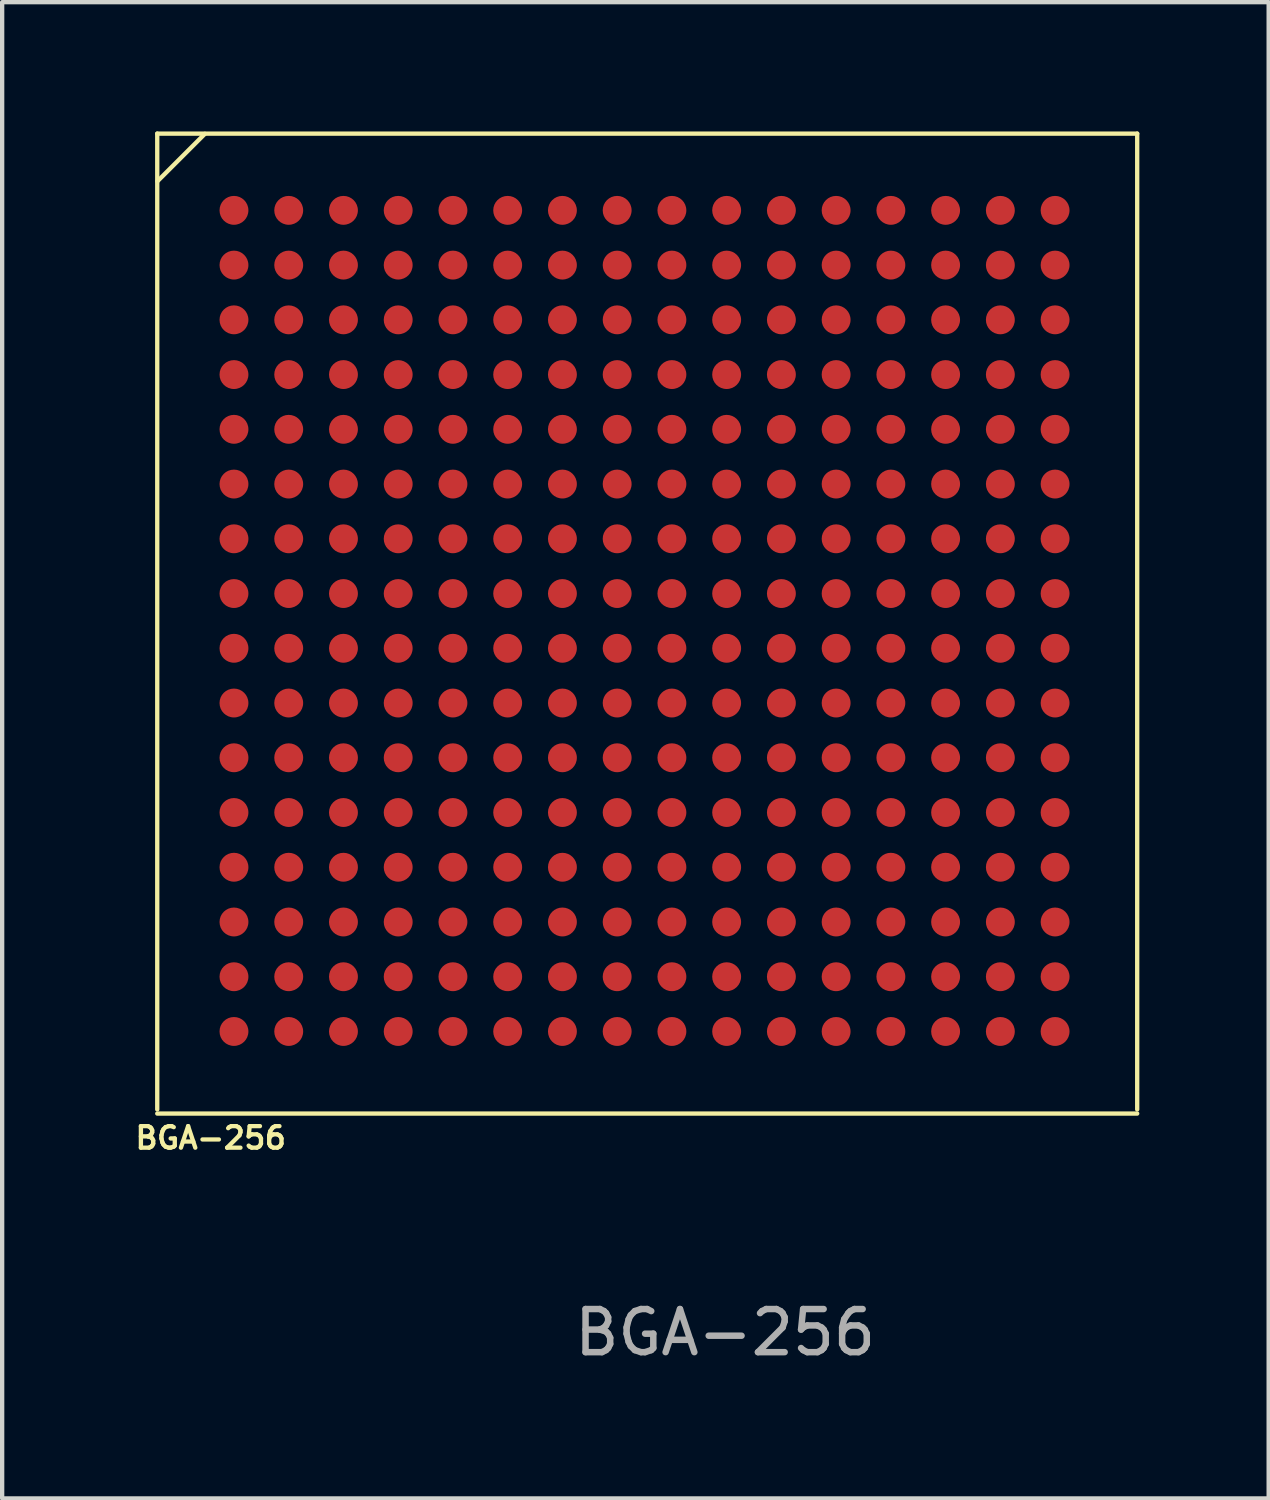
<source format=kicad_pcb>
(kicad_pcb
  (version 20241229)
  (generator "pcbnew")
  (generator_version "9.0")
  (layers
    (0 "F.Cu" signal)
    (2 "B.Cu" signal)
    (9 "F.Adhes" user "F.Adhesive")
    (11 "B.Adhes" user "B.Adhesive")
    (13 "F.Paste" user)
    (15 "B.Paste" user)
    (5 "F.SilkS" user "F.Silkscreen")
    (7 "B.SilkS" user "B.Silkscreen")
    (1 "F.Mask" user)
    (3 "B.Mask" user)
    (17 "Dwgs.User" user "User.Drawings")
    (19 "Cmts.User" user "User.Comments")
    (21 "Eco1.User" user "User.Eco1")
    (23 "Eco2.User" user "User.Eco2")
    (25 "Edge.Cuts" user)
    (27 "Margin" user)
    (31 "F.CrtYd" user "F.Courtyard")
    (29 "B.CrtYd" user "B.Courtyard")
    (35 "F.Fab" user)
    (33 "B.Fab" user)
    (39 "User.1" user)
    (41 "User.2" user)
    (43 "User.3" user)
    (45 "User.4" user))
  (footprint "BGA-256"
    (layer "F.Cu")
    (at 12.503 11.355)
    (property "Reference" "BGA-256" (at -10.665 11.995 0) (unlocked yes) (layer "F.SilkS") (effects (font (size 0.5 0.5) (thickness 0.1))))
    (attr smd)
    (fp_line (start -11.905 -11.305) (end 10.83 -11.305) (stroke (width 0.1) (type default)) (layer "F.SilkS"))
    (fp_line (start -11.905 11.335) (end -11.905 -11.305) (stroke (width 0.1) (type default)) (layer "F.SilkS"))
    (fp_line (start -11.905 11.43) (end 10.83 11.43) (stroke (width 0.1) (type default)) (layer "F.SilkS"))
    (fp_line (start -11.9 -10.2) (end -10.8 -11.3) (stroke (width 0.1) (type default)) (layer "F.SilkS"))
    (fp_line (start 10.83 11.335) (end 10.83 -11.305) (stroke (width 0.1) (type default)) (layer "F.SilkS"))
    (fp_text user "${REFERENCE}" (at 1.27 16.51 0) (unlocked yes) (layer "F.Fab") (effects (font (size 1 1) (thickness 0.15))))
    (pad "A1" smd circle (at 8.925 -9.525) (size 0.67 0.67) (layers "F.Cu" "F.Mask" "F.Paste"))
    (pad "A2" smd circle (at 8.925 -8.255) (size 0.67 0.67) (layers "F.Cu" "F.Mask" "F.Paste"))
    (pad "A3" smd circle (at 8.925 -6.985) (size 0.67 0.67) (layers "F.Cu" "F.Mask" "F.Paste"))
    (pad "A4" smd circle (at 8.925 -5.715) (size 0.67 0.67) (layers "F.Cu" "F.Mask" "F.Paste"))
    (pad "A5" smd circle (at 8.925 -4.445) (size 0.67 0.67) (layers "F.Cu" "F.Mask" "F.Paste"))
    (pad "A6" smd circle (at 8.925 -3.175) (size 0.67 0.67) (layers "F.Cu" "F.Mask" "F.Paste"))
    (pad "A7" smd circle (at 8.925 -1.905) (size 0.67 0.67) (layers "F.Cu" "F.Mask" "F.Paste"))
    (pad "A8" smd circle (at 8.925 -0.635) (size 0.67 0.67) (layers "F.Cu" "F.Mask" "F.Paste"))
    (pad "A9" smd circle (at 8.925 0.635) (size 0.67 0.67) (layers "F.Cu" "F.Mask" "F.Paste"))
    (pad "A10" smd circle (at 8.925 1.905) (size 0.67 0.67) (layers "F.Cu" "F.Mask" "F.Paste"))
    (pad "A11" smd circle (at 8.925 3.175) (size 0.67 0.67) (layers "F.Cu" "F.Mask" "F.Paste"))
    (pad "A12" smd circle (at 8.925 4.445) (size 0.67 0.67) (layers "F.Cu" "F.Mask" "F.Paste"))
    (pad "A13" smd circle (at 8.925 5.715) (size 0.67 0.67) (layers "F.Cu" "F.Mask" "F.Paste"))
    (pad "A14" smd circle (at 8.925 6.985) (size 0.67 0.67) (layers "F.Cu" "F.Mask" "F.Paste"))
    (pad "A15" smd circle (at 8.925 8.255) (size 0.67 0.67) (layers "F.Cu" "F.Mask" "F.Paste"))
    (pad "A16" smd circle (at 8.925 9.525) (size 0.67 0.67) (layers "F.Cu" "F.Mask" "F.Paste"))
    (pad "B1" smd circle (at 7.655 -9.525) (size 0.67 0.67) (layers "F.Cu" "F.Mask" "F.Paste"))
    (pad "B2" smd circle (at 7.655 -8.255) (size 0.67 0.67) (layers "F.Cu" "F.Mask" "F.Paste"))
    (pad "B3" smd circle (at 7.655 -6.985) (size 0.67 0.67) (layers "F.Cu" "F.Mask" "F.Paste"))
    (pad "B4" smd circle (at 7.655 -5.715) (size 0.67 0.67) (layers "F.Cu" "F.Mask" "F.Paste"))
    (pad "B5" smd circle (at 7.655 -4.445) (size 0.67 0.67) (layers "F.Cu" "F.Mask" "F.Paste"))
    (pad "B6" smd circle (at 7.655 -3.175) (size 0.67 0.67) (layers "F.Cu" "F.Mask" "F.Paste"))
    (pad "B7" smd circle (at 7.655 -1.905) (size 0.67 0.67) (layers "F.Cu" "F.Mask" "F.Paste"))
    (pad "B8" smd circle (at 7.655 -0.635) (size 0.67 0.67) (layers "F.Cu" "F.Mask" "F.Paste"))
    (pad "B9" smd circle (at 7.655 0.635) (size 0.67 0.67) (layers "F.Cu" "F.Mask" "F.Paste"))
    (pad "B10" smd circle (at 7.655 1.905) (size 0.67 0.67) (layers "F.Cu" "F.Mask" "F.Paste"))
    (pad "B11" smd circle (at 7.655 3.175) (size 0.67 0.67) (layers "F.Cu" "F.Mask" "F.Paste"))
    (pad "B12" smd circle (at 7.655 4.445) (size 0.67 0.67) (layers "F.Cu" "F.Mask" "F.Paste"))
    (pad "B13" smd circle (at 7.655 5.715) (size 0.67 0.67) (layers "F.Cu" "F.Mask" "F.Paste"))
    (pad "B14" smd circle (at 7.655 6.985) (size 0.67 0.67) (layers "F.Cu" "F.Mask" "F.Paste"))
    (pad "B15" smd circle (at 7.655 8.255) (size 0.67 0.67) (layers "F.Cu" "F.Mask" "F.Paste"))
    (pad "B16" smd circle (at 7.655 9.525) (size 0.67 0.67) (layers "F.Cu" "F.Mask" "F.Paste"))
    (pad "C1" smd circle (at 6.385 -9.525) (size 0.67 0.67) (layers "F.Cu" "F.Mask" "F.Paste"))
    (pad "C2" smd circle (at 6.385 -8.255) (size 0.67 0.67) (layers "F.Cu" "F.Mask" "F.Paste"))
    (pad "C3" smd circle (at 6.385 -6.985) (size 0.67 0.67) (layers "F.Cu" "F.Mask" "F.Paste"))
    (pad "C4" smd circle (at 6.385 -5.715) (size 0.67 0.67) (layers "F.Cu" "F.Mask" "F.Paste"))
    (pad "C5" smd circle (at 6.385 -4.445) (size 0.67 0.67) (layers "F.Cu" "F.Mask" "F.Paste"))
    (pad "C6" smd circle (at 6.385 -3.175) (size 0.67 0.67) (layers "F.Cu" "F.Mask" "F.Paste"))
    (pad "C7" smd circle (at 6.385 -1.905) (size 0.67 0.67) (layers "F.Cu" "F.Mask" "F.Paste"))
    (pad "C8" smd circle (at 6.385 -0.635) (size 0.67 0.67) (layers "F.Cu" "F.Mask" "F.Paste"))
    (pad "C9" smd circle (at 6.385 0.635) (size 0.67 0.67) (layers "F.Cu" "F.Mask" "F.Paste"))
    (pad "C10" smd circle (at 6.385 1.905) (size 0.67 0.67) (layers "F.Cu" "F.Mask" "F.Paste"))
    (pad "C11" smd circle (at 6.385 3.175) (size 0.67 0.67) (layers "F.Cu" "F.Mask" "F.Paste"))
    (pad "C12" smd circle (at 6.385 4.445) (size 0.67 0.67) (layers "F.Cu" "F.Mask" "F.Paste"))
    (pad "C13" smd circle (at 6.385 5.715) (size 0.67 0.67) (layers "F.Cu" "F.Mask" "F.Paste"))
    (pad "C14" smd circle (at 6.385 6.985) (size 0.67 0.67) (layers "F.Cu" "F.Mask" "F.Paste"))
    (pad "C15" smd circle (at 6.385 8.255) (size 0.67 0.67) (layers "F.Cu" "F.Mask" "F.Paste"))
    (pad "C16" smd circle (at 6.385 9.525) (size 0.67 0.67) (layers "F.Cu" "F.Mask" "F.Paste"))
    (pad "D1" smd circle (at 5.115 -9.525) (size 0.67 0.67) (layers "F.Cu" "F.Mask" "F.Paste"))
    (pad "D2" smd circle (at 5.115 -8.255) (size 0.67 0.67) (layers "F.Cu" "F.Mask" "F.Paste"))
    (pad "D3" smd circle (at 5.115 -6.985) (size 0.67 0.67) (layers "F.Cu" "F.Mask" "F.Paste"))
    (pad "D4" smd circle (at 5.115 -5.715) (size 0.67 0.67) (layers "F.Cu" "F.Mask" "F.Paste"))
    (pad "D5" smd circle (at 5.115 -4.445) (size 0.67 0.67) (layers "F.Cu" "F.Mask" "F.Paste"))
    (pad "D6" smd circle (at 5.115 -3.175) (size 0.67 0.67) (layers "F.Cu" "F.Mask" "F.Paste"))
    (pad "D7" smd circle (at 5.115 -1.905) (size 0.67 0.67) (layers "F.Cu" "F.Mask" "F.Paste"))
    (pad "D8" smd circle (at 5.115 -0.635) (size 0.67 0.67) (layers "F.Cu" "F.Mask" "F.Paste"))
    (pad "D9" smd circle (at 5.115 0.635) (size 0.67 0.67) (layers "F.Cu" "F.Mask" "F.Paste"))
    (pad "D10" smd circle (at 5.115 1.905) (size 0.67 0.67) (layers "F.Cu" "F.Mask" "F.Paste"))
    (pad "D11" smd circle (at 5.115 3.175) (size 0.67 0.67) (layers "F.Cu" "F.Mask" "F.Paste"))
    (pad "D12" smd circle (at 5.115 4.445) (size 0.67 0.67) (layers "F.Cu" "F.Mask" "F.Paste"))
    (pad "D13" smd circle (at 5.115 5.715) (size 0.67 0.67) (layers "F.Cu" "F.Mask" "F.Paste"))
    (pad "D14" smd circle (at 5.115 6.985) (size 0.67 0.67) (layers "F.Cu" "F.Mask" "F.Paste"))
    (pad "D15" smd circle (at 5.115 8.255) (size 0.67 0.67) (layers "F.Cu" "F.Mask" "F.Paste"))
    (pad "D16" smd circle (at 5.115 9.525) (size 0.67 0.67) (layers "F.Cu" "F.Mask" "F.Paste"))
    (pad "E1" smd circle (at 3.845 -9.525) (size 0.67 0.67) (layers "F.Cu" "F.Mask" "F.Paste"))
    (pad "E2" smd circle (at 3.845 -8.255) (size 0.67 0.67) (layers "F.Cu" "F.Mask" "F.Paste"))
    (pad "E3" smd circle (at 3.845 -6.985) (size 0.67 0.67) (layers "F.Cu" "F.Mask" "F.Paste"))
    (pad "E4" smd circle (at 3.845 -5.715) (size 0.67 0.67) (layers "F.Cu" "F.Mask" "F.Paste"))
    (pad "E5" smd circle (at 3.845 -4.445) (size 0.67 0.67) (layers "F.Cu" "F.Mask" "F.Paste"))
    (pad "E6" smd circle (at 3.845 -3.175) (size 0.67 0.67) (layers "F.Cu" "F.Mask" "F.Paste"))
    (pad "E7" smd circle (at 3.845 -1.905) (size 0.67 0.67) (layers "F.Cu" "F.Mask" "F.Paste"))
    (pad "E8" smd circle (at 3.845 -0.635) (size 0.67 0.67) (layers "F.Cu" "F.Mask" "F.Paste"))
    (pad "E9" smd circle (at 3.845 0.635) (size 0.67 0.67) (layers "F.Cu" "F.Mask" "F.Paste"))
    (pad "E10" smd circle (at 3.845 1.905) (size 0.67 0.67) (layers "F.Cu" "F.Mask" "F.Paste"))
    (pad "E11" smd circle (at 3.845 3.175) (size 0.67 0.67) (layers "F.Cu" "F.Mask" "F.Paste"))
    (pad "E12" smd circle (at 3.845 4.445) (size 0.67 0.67) (layers "F.Cu" "F.Mask" "F.Paste"))
    (pad "E13" smd circle (at 3.845 5.715) (size 0.67 0.67) (layers "F.Cu" "F.Mask" "F.Paste"))
    (pad "E14" smd circle (at 3.845 6.985) (size 0.67 0.67) (layers "F.Cu" "F.Mask" "F.Paste"))
    (pad "E15" smd circle (at 3.845 8.255) (size 0.67 0.67) (layers "F.Cu" "F.Mask" "F.Paste"))
    (pad "E16" smd circle (at 3.845 9.525) (size 0.67 0.67) (layers "F.Cu" "F.Mask" "F.Paste"))
    (pad "F1" smd circle (at 2.575 -9.525) (size 0.67 0.67) (layers "F.Cu" "F.Mask" "F.Paste"))
    (pad "F2" smd circle (at 2.575 -8.255) (size 0.67 0.67) (layers "F.Cu" "F.Mask" "F.Paste"))
    (pad "F3" smd circle (at 2.575 -6.985) (size 0.67 0.67) (layers "F.Cu" "F.Mask" "F.Paste"))
    (pad "F4" smd circle (at 2.575 -5.715) (size 0.67 0.67) (layers "F.Cu" "F.Mask" "F.Paste"))
    (pad "F5" smd circle (at 2.575 -4.445) (size 0.67 0.67) (layers "F.Cu" "F.Mask" "F.Paste"))
    (pad "F6" smd circle (at 2.575 -3.175) (size 0.67 0.67) (layers "F.Cu" "F.Mask" "F.Paste"))
    (pad "F7" smd circle (at 2.575 -1.905) (size 0.67 0.67) (layers "F.Cu" "F.Mask" "F.Paste"))
    (pad "F8" smd circle (at 2.575 -0.635) (size 0.67 0.67) (layers "F.Cu" "F.Mask" "F.Paste"))
    (pad "F9" smd circle (at 2.575 0.635) (size 0.67 0.67) (layers "F.Cu" "F.Mask" "F.Paste"))
    (pad "F10" smd circle (at 2.575 1.905) (size 0.67 0.67) (layers "F.Cu" "F.Mask" "F.Paste"))
    (pad "F11" smd circle (at 2.575 3.175) (size 0.67 0.67) (layers "F.Cu" "F.Mask" "F.Paste"))
    (pad "F12" smd circle (at 2.575 4.445) (size 0.67 0.67) (layers "F.Cu" "F.Mask" "F.Paste"))
    (pad "F13" smd circle (at 2.575 5.715) (size 0.67 0.67) (layers "F.Cu" "F.Mask" "F.Paste"))
    (pad "F14" smd circle (at 2.575 6.985) (size 0.67 0.67) (layers "F.Cu" "F.Mask" "F.Paste"))
    (pad "F15" smd circle (at 2.575 8.255) (size 0.67 0.67) (layers "F.Cu" "F.Mask" "F.Paste"))
    (pad "F16" smd circle (at 2.575 9.525) (size 0.67 0.67) (layers "F.Cu" "F.Mask" "F.Paste"))
    (pad "G1" smd circle (at 1.305 -9.525) (size 0.67 0.67) (layers "F.Cu" "F.Mask" "F.Paste"))
    (pad "G2" smd circle (at 1.305 -8.255) (size 0.67 0.67) (layers "F.Cu" "F.Mask" "F.Paste"))
    (pad "G3" smd circle (at 1.305 -6.985) (size 0.67 0.67) (layers "F.Cu" "F.Mask" "F.Paste"))
    (pad "G4" smd circle (at 1.305 -5.715) (size 0.67 0.67) (layers "F.Cu" "F.Mask" "F.Paste"))
    (pad "G5" smd circle (at 1.305 -4.445) (size 0.67 0.67) (layers "F.Cu" "F.Mask" "F.Paste"))
    (pad "G6" smd circle (at 1.305 -3.175) (size 0.67 0.67) (layers "F.Cu" "F.Mask" "F.Paste"))
    (pad "G7" smd circle (at 1.305 -1.905) (size 0.67 0.67) (layers "F.Cu" "F.Mask" "F.Paste"))
    (pad "G8" smd circle (at 1.305 -0.635) (size 0.67 0.67) (layers "F.Cu" "F.Mask" "F.Paste"))
    (pad "G9" smd circle (at 1.305 0.635) (size 0.67 0.67) (layers "F.Cu" "F.Mask" "F.Paste"))
    (pad "G10" smd circle (at 1.305 1.905) (size 0.67 0.67) (layers "F.Cu" "F.Mask" "F.Paste"))
    (pad "G11" smd circle (at 1.305 3.175) (size 0.67 0.67) (layers "F.Cu" "F.Mask" "F.Paste"))
    (pad "G12" smd circle (at 1.305 4.445) (size 0.67 0.67) (layers "F.Cu" "F.Mask" "F.Paste"))
    (pad "G13" smd circle (at 1.305 5.715) (size 0.67 0.67) (layers "F.Cu" "F.Mask" "F.Paste"))
    (pad "G14" smd circle (at 1.305 6.985) (size 0.67 0.67) (layers "F.Cu" "F.Mask" "F.Paste"))
    (pad "G15" smd circle (at 1.305 8.255) (size 0.67 0.67) (layers "F.Cu" "F.Mask" "F.Paste"))
    (pad "G16" smd circle (at 1.305 9.525) (size 0.67 0.67) (layers "F.Cu" "F.Mask" "F.Paste"))
    (pad "H1" smd circle (at 0.035 -9.525) (size 0.67 0.67) (layers "F.Cu" "F.Mask" "F.Paste"))
    (pad "H2" smd circle (at 0.035 -8.255) (size 0.67 0.67) (layers "F.Cu" "F.Mask" "F.Paste"))
    (pad "H3" smd circle (at 0.035 -6.985) (size 0.67 0.67) (layers "F.Cu" "F.Mask" "F.Paste"))
    (pad "H4" smd circle (at 0.035 -5.715) (size 0.67 0.67) (layers "F.Cu" "F.Mask" "F.Paste"))
    (pad "H5" smd circle (at 0.035 -4.445) (size 0.67 0.67) (layers "F.Cu" "F.Mask" "F.Paste"))
    (pad "H6" smd circle (at 0.035 -3.175) (size 0.67 0.67) (layers "F.Cu" "F.Mask" "F.Paste"))
    (pad "H7" smd circle (at 0.035 -1.905) (size 0.67 0.67) (layers "F.Cu" "F.Mask" "F.Paste"))
    (pad "H8" smd circle (at 0.035 -0.635) (size 0.67 0.67) (layers "F.Cu" "F.Mask" "F.Paste"))
    (pad "H9" smd circle (at 0.035 0.635) (size 0.67 0.67) (layers "F.Cu" "F.Mask" "F.Paste"))
    (pad "H10" smd circle (at 0.035 1.905) (size 0.67 0.67) (layers "F.Cu" "F.Mask" "F.Paste"))
    (pad "H11" smd circle (at 0.035 3.175) (size 0.67 0.67) (layers "F.Cu" "F.Mask" "F.Paste"))
    (pad "H12" smd circle (at 0.035 4.445) (size 0.67 0.67) (layers "F.Cu" "F.Mask" "F.Paste"))
    (pad "H13" smd circle (at 0.035 5.715) (size 0.67 0.67) (layers "F.Cu" "F.Mask" "F.Paste"))
    (pad "H14" smd circle (at 0.035 6.985) (size 0.67 0.67) (layers "F.Cu" "F.Mask" "F.Paste"))
    (pad "H15" smd circle (at 0.035 8.255) (size 0.67 0.67) (layers "F.Cu" "F.Mask" "F.Paste"))
    (pad "H16" smd circle (at 0.035 9.525) (size 0.67 0.67) (layers "F.Cu" "F.Mask" "F.Paste"))
    (pad "J1" smd circle (at -1.235 -9.525) (size 0.67 0.67) (layers "F.Cu" "F.Mask" "F.Paste"))
    (pad "J2" smd circle (at -1.235 -8.255) (size 0.67 0.67) (layers "F.Cu" "F.Mask" "F.Paste"))
    (pad "J3" smd circle (at -1.235 -6.985) (size 0.67 0.67) (layers "F.Cu" "F.Mask" "F.Paste"))
    (pad "J4" smd circle (at -1.235 -5.715) (size 0.67 0.67) (layers "F.Cu" "F.Mask" "F.Paste"))
    (pad "J5" smd circle (at -1.235 -4.445) (size 0.67 0.67) (layers "F.Cu" "F.Mask" "F.Paste"))
    (pad "J6" smd circle (at -1.235 -3.175) (size 0.67 0.67) (layers "F.Cu" "F.Mask" "F.Paste"))
    (pad "J7" smd circle (at -1.235 -1.905) (size 0.67 0.67) (layers "F.Cu" "F.Mask" "F.Paste"))
    (pad "J8" smd circle (at -1.235 -0.635) (size 0.67 0.67) (layers "F.Cu" "F.Mask" "F.Paste"))
    (pad "J9" smd circle (at -1.235 0.635) (size 0.67 0.67) (layers "F.Cu" "F.Mask" "F.Paste"))
    (pad "J10" smd circle (at -1.235 1.905) (size 0.67 0.67) (layers "F.Cu" "F.Mask" "F.Paste"))
    (pad "J11" smd circle (at -1.235 3.175) (size 0.67 0.67) (layers "F.Cu" "F.Mask" "F.Paste"))
    (pad "J12" smd circle (at -1.235 4.445) (size 0.67 0.67) (layers "F.Cu" "F.Mask" "F.Paste"))
    (pad "J13" smd circle (at -1.235 5.715) (size 0.67 0.67) (layers "F.Cu" "F.Mask" "F.Paste"))
    (pad "J14" smd circle (at -1.235 6.985) (size 0.67 0.67) (layers "F.Cu" "F.Mask" "F.Paste"))
    (pad "J15" smd circle (at -1.235 8.255) (size 0.67 0.67) (layers "F.Cu" "F.Mask" "F.Paste"))
    (pad "J16" smd circle (at -1.235 9.525) (size 0.67 0.67) (layers "F.Cu" "F.Mask" "F.Paste"))
    (pad "K1" smd circle (at -2.505 -9.525) (size 0.67 0.67) (layers "F.Cu" "F.Mask" "F.Paste"))
    (pad "K2" smd circle (at -2.505 -8.255) (size 0.67 0.67) (layers "F.Cu" "F.Mask" "F.Paste"))
    (pad "K3" smd circle (at -2.505 -6.985) (size 0.67 0.67) (layers "F.Cu" "F.Mask" "F.Paste"))
    (pad "K4" smd circle (at -2.505 -5.715) (size 0.67 0.67) (layers "F.Cu" "F.Mask" "F.Paste"))
    (pad "K5" smd circle (at -2.505 -4.445) (size 0.67 0.67) (layers "F.Cu" "F.Mask" "F.Paste"))
    (pad "K6" smd circle (at -2.505 -3.175) (size 0.67 0.67) (layers "F.Cu" "F.Mask" "F.Paste"))
    (pad "K7" smd circle (at -2.505 -1.905) (size 0.67 0.67) (layers "F.Cu" "F.Mask" "F.Paste"))
    (pad "K8" smd circle (at -2.505 -0.635) (size 0.67 0.67) (layers "F.Cu" "F.Mask" "F.Paste"))
    (pad "K9" smd circle (at -2.505 0.635) (size 0.67 0.67) (layers "F.Cu" "F.Mask" "F.Paste"))
    (pad "K10" smd circle (at -2.505 1.905) (size 0.67 0.67) (layers "F.Cu" "F.Mask" "F.Paste"))
    (pad "K11" smd circle (at -2.505 3.175) (size 0.67 0.67) (layers "F.Cu" "F.Mask" "F.Paste"))
    (pad "K12" smd circle (at -2.505 4.445) (size 0.67 0.67) (layers "F.Cu" "F.Mask" "F.Paste"))
    (pad "K13" smd circle (at -2.505 5.715) (size 0.67 0.67) (layers "F.Cu" "F.Mask" "F.Paste"))
    (pad "K14" smd circle (at -2.505 6.985) (size 0.67 0.67) (layers "F.Cu" "F.Mask" "F.Paste"))
    (pad "K15" smd circle (at -2.505 8.255) (size 0.67 0.67) (layers "F.Cu" "F.Mask" "F.Paste"))
    (pad "K16" smd circle (at -2.505 9.525) (size 0.67 0.67) (layers "F.Cu" "F.Mask" "F.Paste"))
    (pad "L1" smd circle (at -3.775 -9.525) (size 0.67 0.67) (layers "F.Cu" "F.Mask" "F.Paste"))
    (pad "L2" smd circle (at -3.775 -8.255) (size 0.67 0.67) (layers "F.Cu" "F.Mask" "F.Paste"))
    (pad "L3" smd circle (at -3.775 -6.985) (size 0.67 0.67) (layers "F.Cu" "F.Mask" "F.Paste"))
    (pad "L4" smd circle (at -3.775 -5.715) (size 0.67 0.67) (layers "F.Cu" "F.Mask" "F.Paste"))
    (pad "L5" smd circle (at -3.775 -4.445) (size 0.67 0.67) (layers "F.Cu" "F.Mask" "F.Paste"))
    (pad "L6" smd circle (at -3.775 -3.175) (size 0.67 0.67) (layers "F.Cu" "F.Mask" "F.Paste"))
    (pad "L7" smd circle (at -3.775 -1.905) (size 0.67 0.67) (layers "F.Cu" "F.Mask" "F.Paste"))
    (pad "L8" smd circle (at -3.775 -0.635) (size 0.67 0.67) (layers "F.Cu" "F.Mask" "F.Paste"))
    (pad "L9" smd circle (at -3.775 0.635) (size 0.67 0.67) (layers "F.Cu" "F.Mask" "F.Paste"))
    (pad "L10" smd circle (at -3.775 1.905) (size 0.67 0.67) (layers "F.Cu" "F.Mask" "F.Paste"))
    (pad "L11" smd circle (at -3.775 3.175) (size 0.67 0.67) (layers "F.Cu" "F.Mask" "F.Paste"))
    (pad "L12" smd circle (at -3.775 4.445) (size 0.67 0.67) (layers "F.Cu" "F.Mask" "F.Paste"))
    (pad "L13" smd circle (at -3.775 5.715) (size 0.67 0.67) (layers "F.Cu" "F.Mask" "F.Paste"))
    (pad "L14" smd circle (at -3.775 6.985) (size 0.67 0.67) (layers "F.Cu" "F.Mask" "F.Paste"))
    (pad "L15" smd circle (at -3.775 8.255) (size 0.67 0.67) (layers "F.Cu" "F.Mask" "F.Paste"))
    (pad "L16" smd circle (at -3.775 9.525) (size 0.67 0.67) (layers "F.Cu" "F.Mask" "F.Paste"))
    (pad "M1" smd circle (at -5.045 -9.525) (size 0.67 0.67) (layers "F.Cu" "F.Mask" "F.Paste"))
    (pad "M2" smd circle (at -5.045 -8.255) (size 0.67 0.67) (layers "F.Cu" "F.Mask" "F.Paste"))
    (pad "M3" smd circle (at -5.045 -6.985) (size 0.67 0.67) (layers "F.Cu" "F.Mask" "F.Paste"))
    (pad "M4" smd circle (at -5.045 -5.715) (size 0.67 0.67) (layers "F.Cu" "F.Mask" "F.Paste"))
    (pad "M5" smd circle (at -5.045 -4.445) (size 0.67 0.67) (layers "F.Cu" "F.Mask" "F.Paste"))
    (pad "M6" smd circle (at -5.045 -3.175) (size 0.67 0.67) (layers "F.Cu" "F.Mask" "F.Paste"))
    (pad "M7" smd circle (at -5.045 -1.905) (size 0.67 0.67) (layers "F.Cu" "F.Mask" "F.Paste"))
    (pad "M8" smd circle (at -5.045 -0.635) (size 0.67 0.67) (layers "F.Cu" "F.Mask" "F.Paste"))
    (pad "M9" smd circle (at -5.045 0.635) (size 0.67 0.67) (layers "F.Cu" "F.Mask" "F.Paste"))
    (pad "M10" smd circle (at -5.045 1.905) (size 0.67 0.67) (layers "F.Cu" "F.Mask" "F.Paste"))
    (pad "M11" smd circle (at -5.045 3.175) (size 0.67 0.67) (layers "F.Cu" "F.Mask" "F.Paste"))
    (pad "M12" smd circle (at -5.045 4.445) (size 0.67 0.67) (layers "F.Cu" "F.Mask" "F.Paste"))
    (pad "M13" smd circle (at -5.045 5.715) (size 0.67 0.67) (layers "F.Cu" "F.Mask" "F.Paste"))
    (pad "M14" smd circle (at -5.045 6.985) (size 0.67 0.67) (layers "F.Cu" "F.Mask" "F.Paste"))
    (pad "M15" smd circle (at -5.045 8.255) (size 0.67 0.67) (layers "F.Cu" "F.Mask" "F.Paste"))
    (pad "M16" smd circle (at -5.045 9.525) (size 0.67 0.67) (layers "F.Cu" "F.Mask" "F.Paste"))
    (pad "N1" smd circle (at -6.315 -9.525) (size 0.67 0.67) (layers "F.Cu" "F.Mask" "F.Paste"))
    (pad "N2" smd circle (at -6.315 -8.255) (size 0.67 0.67) (layers "F.Cu" "F.Mask" "F.Paste"))
    (pad "N3" smd circle (at -6.315 -6.985) (size 0.67 0.67) (layers "F.Cu" "F.Mask" "F.Paste"))
    (pad "N4" smd circle (at -6.315 -5.715) (size 0.67 0.67) (layers "F.Cu" "F.Mask" "F.Paste"))
    (pad "N5" smd circle (at -6.315 -4.445) (size 0.67 0.67) (layers "F.Cu" "F.Mask" "F.Paste"))
    (pad "N6" smd circle (at -6.315 -3.175) (size 0.67 0.67) (layers "F.Cu" "F.Mask" "F.Paste"))
    (pad "N7" smd circle (at -6.315 -1.905) (size 0.67 0.67) (layers "F.Cu" "F.Mask" "F.Paste"))
    (pad "N8" smd circle (at -6.315 -0.635) (size 0.67 0.67) (layers "F.Cu" "F.Mask" "F.Paste"))
    (pad "N9" smd circle (at -6.315 0.635) (size 0.67 0.67) (layers "F.Cu" "F.Mask" "F.Paste"))
    (pad "N10" smd circle (at -6.315 1.905) (size 0.67 0.67) (layers "F.Cu" "F.Mask" "F.Paste"))
    (pad "N11" smd circle (at -6.315 3.175) (size 0.67 0.67) (layers "F.Cu" "F.Mask" "F.Paste"))
    (pad "N12" smd circle (at -6.315 4.445) (size 0.67 0.67) (layers "F.Cu" "F.Mask" "F.Paste"))
    (pad "N13" smd circle (at -6.315 5.715) (size 0.67 0.67) (layers "F.Cu" "F.Mask" "F.Paste"))
    (pad "N14" smd circle (at -6.315 6.985) (size 0.67 0.67) (layers "F.Cu" "F.Mask" "F.Paste"))
    (pad "N15" smd circle (at -6.315 8.255) (size 0.67 0.67) (layers "F.Cu" "F.Mask" "F.Paste"))
    (pad "N16" smd circle (at -6.315 9.525) (size 0.67 0.67) (layers "F.Cu" "F.Mask" "F.Paste"))
    (pad "P1" smd circle (at -7.585 -9.525) (size 0.67 0.67) (layers "F.Cu" "F.Mask" "F.Paste"))
    (pad "P2" smd circle (at -7.585 -8.255) (size 0.67 0.67) (layers "F.Cu" "F.Mask" "F.Paste"))
    (pad "P3" smd circle (at -7.585 -6.985) (size 0.67 0.67) (layers "F.Cu" "F.Mask" "F.Paste"))
    (pad "P4" smd circle (at -7.585 -5.715) (size 0.67 0.67) (layers "F.Cu" "F.Mask" "F.Paste"))
    (pad "P5" smd circle (at -7.585 -4.445) (size 0.67 0.67) (layers "F.Cu" "F.Mask" "F.Paste"))
    (pad "P6" smd circle (at -7.585 -3.175) (size 0.67 0.67) (layers "F.Cu" "F.Mask" "F.Paste"))
    (pad "P7" smd circle (at -7.585 -1.905) (size 0.67 0.67) (layers "F.Cu" "F.Mask" "F.Paste"))
    (pad "P8" smd circle (at -7.585 -0.635) (size 0.67 0.67) (layers "F.Cu" "F.Mask" "F.Paste"))
    (pad "P9" smd circle (at -7.585 0.635) (size 0.67 0.67) (layers "F.Cu" "F.Mask" "F.Paste"))
    (pad "P10" smd circle (at -7.585 1.905) (size 0.67 0.67) (layers "F.Cu" "F.Mask" "F.Paste"))
    (pad "P11" smd circle (at -7.585 3.175) (size 0.67 0.67) (layers "F.Cu" "F.Mask" "F.Paste"))
    (pad "P12" smd circle (at -7.585 4.445) (size 0.67 0.67) (layers "F.Cu" "F.Mask" "F.Paste"))
    (pad "P13" smd circle (at -7.585 5.715) (size 0.67 0.67) (layers "F.Cu" "F.Mask" "F.Paste"))
    (pad "P14" smd circle (at -7.585 6.985) (size 0.67 0.67) (layers "F.Cu" "F.Mask" "F.Paste"))
    (pad "P15" smd circle (at -7.585 8.255) (size 0.67 0.67) (layers "F.Cu" "F.Mask" "F.Paste"))
    (pad "P16" smd circle (at -7.585 9.525) (size 0.67 0.67) (layers "F.Cu" "F.Mask" "F.Paste"))
    (pad "R1" smd circle (at -8.855 -9.525) (size 0.67 0.67) (layers "F.Cu" "F.Mask" "F.Paste"))
    (pad "R2" smd circle (at -8.855 -8.255) (size 0.67 0.67) (layers "F.Cu" "F.Mask" "F.Paste"))
    (pad "R3" smd circle (at -8.855 -6.985) (size 0.67 0.67) (layers "F.Cu" "F.Mask" "F.Paste"))
    (pad "R4" smd circle (at -8.855 -5.715) (size 0.67 0.67) (layers "F.Cu" "F.Mask" "F.Paste"))
    (pad "R5" smd circle (at -8.855 -4.445) (size 0.67 0.67) (layers "F.Cu" "F.Mask" "F.Paste"))
    (pad "R6" smd circle (at -8.855 -3.175) (size 0.67 0.67) (layers "F.Cu" "F.Mask" "F.Paste"))
    (pad "R7" smd circle (at -8.855 -1.905) (size 0.67 0.67) (layers "F.Cu" "F.Mask" "F.Paste"))
    (pad "R8" smd circle (at -8.855 -0.635) (size 0.67 0.67) (layers "F.Cu" "F.Mask" "F.Paste"))
    (pad "R9" smd circle (at -8.855 0.635) (size 0.67 0.67) (layers "F.Cu" "F.Mask" "F.Paste"))
    (pad "R10" smd circle (at -8.855 1.905) (size 0.67 0.67) (layers "F.Cu" "F.Mask" "F.Paste"))
    (pad "R11" smd circle (at -8.855 3.175) (size 0.67 0.67) (layers "F.Cu" "F.Mask" "F.Paste"))
    (pad "R12" smd circle (at -8.855 4.445) (size 0.67 0.67) (layers "F.Cu" "F.Mask" "F.Paste"))
    (pad "R13" smd circle (at -8.855 5.715) (size 0.67 0.67) (layers "F.Cu" "F.Mask" "F.Paste"))
    (pad "R14" smd circle (at -8.855 6.985) (size 0.67 0.67) (layers "F.Cu" "F.Mask" "F.Paste"))
    (pad "R15" smd circle (at -8.855 8.255) (size 0.67 0.67) (layers "F.Cu" "F.Mask" "F.Paste"))
    (pad "R16" smd circle (at -8.855 9.525) (size 0.67 0.67) (layers "F.Cu" "F.Mask" "F.Paste"))
    (pad "T1" smd circle (at -10.125 -9.525) (size 0.67 0.67) (layers "F.Cu" "F.Mask" "F.Paste"))
    (pad "T2" smd circle (at -10.125 -8.255) (size 0.67 0.67) (layers "F.Cu" "F.Mask" "F.Paste"))
    (pad "T3" smd circle (at -10.125 -6.985) (size 0.67 0.67) (layers "F.Cu" "F.Mask" "F.Paste"))
    (pad "T4" smd circle (at -10.125 -5.715) (size 0.67 0.67) (layers "F.Cu" "F.Mask" "F.Paste"))
    (pad "T5" smd circle (at -10.125 -4.445) (size 0.67 0.67) (layers "F.Cu" "F.Mask" "F.Paste"))
    (pad "T6" smd circle (at -10.125 -3.175) (size 0.67 0.67) (layers "F.Cu" "F.Mask" "F.Paste"))
    (pad "T7" smd circle (at -10.125 -1.905) (size 0.67 0.67) (layers "F.Cu" "F.Mask" "F.Paste"))
    (pad "T8" smd circle (at -10.125 -0.635) (size 0.67 0.67) (layers "F.Cu" "F.Mask" "F.Paste"))
    (pad "T9" smd circle (at -10.125 0.635) (size 0.67 0.67) (layers "F.Cu" "F.Mask" "F.Paste"))
    (pad "T10" smd circle (at -10.125 1.905) (size 0.67 0.67) (layers "F.Cu" "F.Mask" "F.Paste"))
    (pad "T11" smd circle (at -10.125 3.175) (size 0.67 0.67) (layers "F.Cu" "F.Mask" "F.Paste"))
    (pad "T12" smd circle (at -10.125 4.445) (size 0.67 0.67) (layers "F.Cu" "F.Mask" "F.Paste"))
    (pad "T13" smd circle (at -10.125 5.715) (size 0.67 0.67) (layers "F.Cu" "F.Mask" "F.Paste"))
    (pad "T14" smd circle (at -10.125 6.985) (size 0.67 0.67) (layers "F.Cu" "F.Mask" "F.Paste"))
    (pad "T15" smd circle (at -10.125 8.255) (size 0.67 0.67) (layers "F.Cu" "F.Mask" "F.Paste"))
    (pad "T16" smd circle (at -10.125 9.525) (size 0.67 0.67) (layers "F.Cu" "F.Mask" "F.Paste")))
  (gr_rect
    (start -3 -3)
    (end 26.383 31.713)
    (stroke (width 0.1) (type default))
    (fill no)
    (layer "Edge.Cuts")))
</source>
